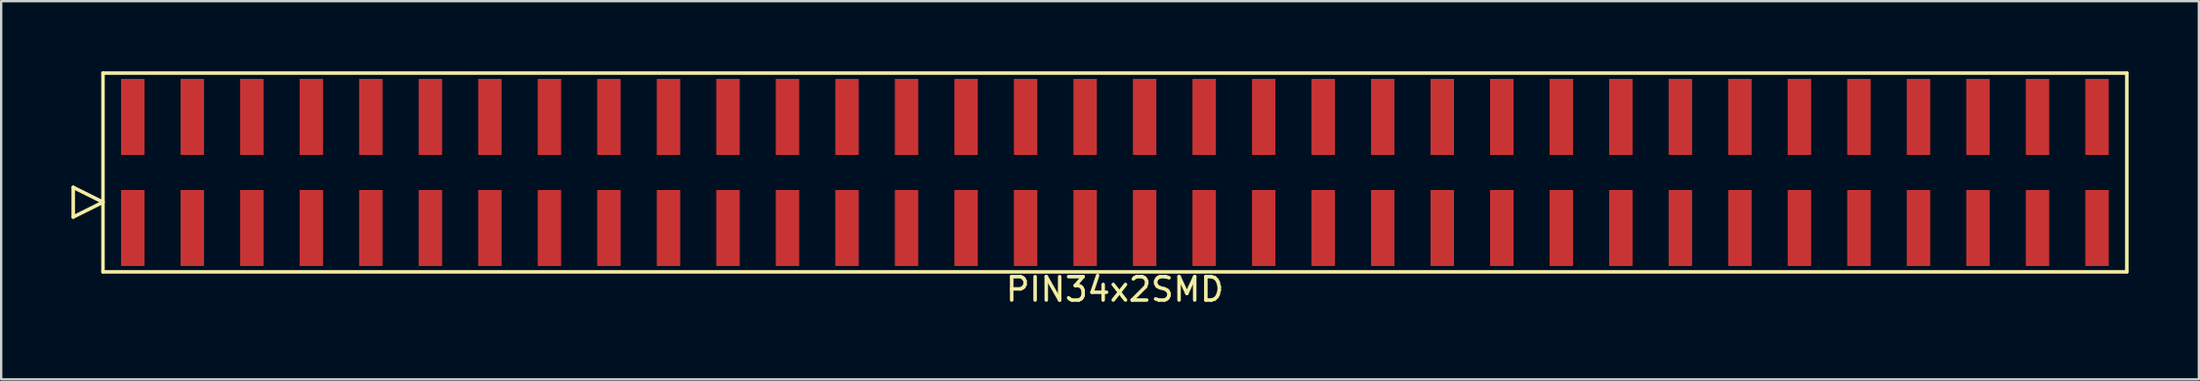
<source format=kicad_pcb>
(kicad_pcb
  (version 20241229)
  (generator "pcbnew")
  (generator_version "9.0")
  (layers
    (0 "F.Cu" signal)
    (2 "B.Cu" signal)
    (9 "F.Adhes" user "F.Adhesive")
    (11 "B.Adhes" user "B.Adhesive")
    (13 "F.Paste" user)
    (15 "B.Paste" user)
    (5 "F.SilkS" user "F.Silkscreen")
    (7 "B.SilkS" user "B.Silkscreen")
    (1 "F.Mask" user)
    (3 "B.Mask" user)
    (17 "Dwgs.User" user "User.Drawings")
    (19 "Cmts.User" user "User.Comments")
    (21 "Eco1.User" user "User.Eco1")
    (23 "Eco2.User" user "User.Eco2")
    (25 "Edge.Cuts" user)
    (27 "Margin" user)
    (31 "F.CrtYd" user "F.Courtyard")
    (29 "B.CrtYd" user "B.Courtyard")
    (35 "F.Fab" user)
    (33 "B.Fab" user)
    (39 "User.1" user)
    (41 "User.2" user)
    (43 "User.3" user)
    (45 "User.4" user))
  (footprint "PIN34x2SMD"
    (layer "F.Cu")
    (at 44.525 4.325)
    (property "Reference" "PIN34x2SMD" (at 0 5 0) (layer "F.SilkS") (effects (font (size 1 1) (thickness 0.15))))
    (attr through_hole)
    (fp_line (start -44.45 1.905) (end -44.45 0.635) (stroke (width 0.15) (type solid)) (layer "F.SilkS"))
    (fp_line (start -43.18 -4.25) (end -43.18 4.25) (stroke (width 0.15) (type solid)) (layer "F.SilkS"))
    (fp_line (start -43.18 1.27) (end -44.45 0.635) (stroke (width 0.15) (type solid)) (layer "F.SilkS"))
    (fp_line (start -43.18 1.27) (end -44.45 1.905) (stroke (width 0.15) (type solid)) (layer "F.SilkS"))
    (fp_line (start -43.18 4.25) (end 43.18 4.25) (stroke (width 0.15) (type solid)) (layer "F.SilkS"))
    (fp_line (start 43.18 -4.25) (end -43.18 -4.25) (stroke (width 0.15) (type solid)) (layer "F.SilkS"))
    (fp_line (start 43.18 4.25) (end 43.18 -4.25) (stroke (width 0.15) (type solid)) (layer "F.SilkS"))
    (pad "1" smd rect (at -41.91 2.375) (size 1 3.25) (layers "F.Cu" "F.Mask" "F.Paste"))
    (pad "2" smd rect (at -41.91 -2.375) (size 1 3.25) (layers "F.Cu" "F.Mask" "F.Paste"))
    (pad "3" smd rect (at -39.37 2.375) (size 1 3.25) (layers "F.Cu" "F.Mask" "F.Paste"))
    (pad "4" smd rect (at -39.37 -2.375) (size 1 3.25) (layers "F.Cu" "F.Mask" "F.Paste"))
    (pad "5" smd rect (at -36.83 2.375) (size 1 3.25) (layers "F.Cu" "F.Mask" "F.Paste"))
    (pad "6" smd rect (at -36.83 -2.375) (size 1 3.25) (layers "F.Cu" "F.Mask" "F.Paste"))
    (pad "7" smd rect (at -34.29 2.375) (size 1 3.25) (layers "F.Cu" "F.Mask" "F.Paste"))
    (pad "8" smd rect (at -34.29 -2.375) (size 1 3.25) (layers "F.Cu" "F.Mask" "F.Paste"))
    (pad "9" smd rect (at -31.75 2.375) (size 1 3.25) (layers "F.Cu" "F.Mask" "F.Paste"))
    (pad "10" smd rect (at -31.75 -2.375) (size 1 3.25) (layers "F.Cu" "F.Mask" "F.Paste"))
    (pad "11" smd rect (at -29.21 2.375) (size 1 3.25) (layers "F.Cu" "F.Mask" "F.Paste"))
    (pad "12" smd rect (at -29.21 -2.375) (size 1 3.25) (layers "F.Cu" "F.Mask" "F.Paste"))
    (pad "13" smd rect (at -26.67 2.375) (size 1 3.25) (layers "F.Cu" "F.Mask" "F.Paste"))
    (pad "14" smd rect (at -26.67 -2.375) (size 1 3.25) (layers "F.Cu" "F.Mask" "F.Paste"))
    (pad "15" smd rect (at -24.13 2.375) (size 1 3.25) (layers "F.Cu" "F.Mask" "F.Paste"))
    (pad "16" smd rect (at -24.13 -2.375) (size 1 3.25) (layers "F.Cu" "F.Mask" "F.Paste"))
    (pad "17" smd rect (at -21.59 2.375) (size 1 3.25) (layers "F.Cu" "F.Mask" "F.Paste"))
    (pad "18" smd rect (at -21.59 -2.375) (size 1 3.25) (layers "F.Cu" "F.Mask" "F.Paste"))
    (pad "19" smd rect (at -19.05 2.375) (size 1 3.25) (layers "F.Cu" "F.Mask" "F.Paste"))
    (pad "20" smd rect (at -19.05 -2.375) (size 1 3.25) (layers "F.Cu" "F.Mask" "F.Paste"))
    (pad "21" smd rect (at -16.51 2.375) (size 1 3.25) (layers "F.Cu" "F.Mask" "F.Paste"))
    (pad "22" smd rect (at -16.51 -2.375) (size 1 3.25) (layers "F.Cu" "F.Mask" "F.Paste"))
    (pad "23" smd rect (at -13.97 2.375) (size 1 3.25) (layers "F.Cu" "F.Mask" "F.Paste"))
    (pad "24" smd rect (at -13.97 -2.375) (size 1 3.25) (layers "F.Cu" "F.Mask" "F.Paste"))
    (pad "25" smd rect (at -11.43 2.375) (size 1 3.25) (layers "F.Cu" "F.Mask" "F.Paste"))
    (pad "26" smd rect (at -11.43 -2.375) (size 1 3.25) (layers "F.Cu" "F.Mask" "F.Paste"))
    (pad "27" smd rect (at -8.89 2.375) (size 1 3.25) (layers "F.Cu" "F.Mask" "F.Paste"))
    (pad "28" smd rect (at -8.89 -2.375) (size 1 3.25) (layers "F.Cu" "F.Mask" "F.Paste"))
    (pad "29" smd rect (at -6.35 2.375) (size 1 3.25) (layers "F.Cu" "F.Mask" "F.Paste"))
    (pad "30" smd rect (at -6.35 -2.375) (size 1 3.25) (layers "F.Cu" "F.Mask" "F.Paste"))
    (pad "31" smd rect (at -3.81 2.375) (size 1 3.25) (layers "F.Cu" "F.Mask" "F.Paste"))
    (pad "32" smd rect (at -3.81 -2.375) (size 1 3.25) (layers "F.Cu" "F.Mask" "F.Paste"))
    (pad "33" smd rect (at -1.27 2.375) (size 1 3.25) (layers "F.Cu" "F.Mask" "F.Paste"))
    (pad "34" smd rect (at -1.27 -2.375) (size 1 3.25) (layers "F.Cu" "F.Mask" "F.Paste"))
    (pad "35" smd rect (at 1.27 2.375) (size 1 3.25) (layers "F.Cu" "F.Mask" "F.Paste"))
    (pad "36" smd rect (at 1.27 -2.375) (size 1 3.25) (layers "F.Cu" "F.Mask" "F.Paste"))
    (pad "37" smd rect (at 3.81 2.375) (size 1 3.25) (layers "F.Cu" "F.Mask" "F.Paste"))
    (pad "38" smd rect (at 3.81 -2.375) (size 1 3.25) (layers "F.Cu" "F.Mask" "F.Paste"))
    (pad "39" smd rect (at 6.35 2.375) (size 1 3.25) (layers "F.Cu" "F.Mask" "F.Paste"))
    (pad "40" smd rect (at 6.35 -2.375) (size 1 3.25) (layers "F.Cu" "F.Mask" "F.Paste"))
    (pad "41" smd rect (at 8.89 2.375) (size 1 3.25) (layers "F.Cu" "F.Mask" "F.Paste"))
    (pad "42" smd rect (at 8.89 -2.375) (size 1 3.25) (layers "F.Cu" "F.Mask" "F.Paste"))
    (pad "43" smd rect (at 11.43 2.375) (size 1 3.25) (layers "F.Cu" "F.Mask" "F.Paste"))
    (pad "44" smd rect (at 11.43 -2.375) (size 1 3.25) (layers "F.Cu" "F.Mask" "F.Paste"))
    (pad "45" smd rect (at 13.97 2.375) (size 1 3.25) (layers "F.Cu" "F.Mask" "F.Paste"))
    (pad "46" smd rect (at 13.97 -2.375) (size 1 3.25) (layers "F.Cu" "F.Mask" "F.Paste"))
    (pad "47" smd rect (at 16.51 2.375) (size 1 3.25) (layers "F.Cu" "F.Mask" "F.Paste"))
    (pad "48" smd rect (at 16.51 -2.375) (size 1 3.25) (layers "F.Cu" "F.Mask" "F.Paste"))
    (pad "49" smd rect (at 19.05 2.375) (size 1 3.25) (layers "F.Cu" "F.Mask" "F.Paste"))
    (pad "50" smd rect (at 19.05 -2.375) (size 1 3.25) (layers "F.Cu" "F.Mask" "F.Paste"))
    (pad "51" smd rect (at 21.59 2.375) (size 1 3.25) (layers "F.Cu" "F.Mask" "F.Paste"))
    (pad "52" smd rect (at 21.59 -2.375) (size 1 3.25) (layers "F.Cu" "F.Mask" "F.Paste"))
    (pad "53" smd rect (at 24.13 2.375) (size 1 3.25) (layers "F.Cu" "F.Mask" "F.Paste"))
    (pad "54" smd rect (at 24.13 -2.375) (size 1 3.25) (layers "F.Cu" "F.Mask" "F.Paste"))
    (pad "55" smd rect (at 26.67 2.375) (size 1 3.25) (layers "F.Cu" "F.Mask" "F.Paste"))
    (pad "56" smd rect (at 26.67 -2.375) (size 1 3.25) (layers "F.Cu" "F.Mask" "F.Paste"))
    (pad "57" smd rect (at 29.21 2.375) (size 1 3.25) (layers "F.Cu" "F.Mask" "F.Paste"))
    (pad "58" smd rect (at 29.21 -2.375) (size 1 3.25) (layers "F.Cu" "F.Mask" "F.Paste"))
    (pad "59" smd rect (at 31.75 2.375) (size 1 3.25) (layers "F.Cu" "F.Mask" "F.Paste"))
    (pad "60" smd rect (at 31.75 -2.375) (size 1 3.25) (layers "F.Cu" "F.Mask" "F.Paste"))
    (pad "61" smd rect (at 34.29 2.375) (size 1 3.25) (layers "F.Cu" "F.Mask" "F.Paste"))
    (pad "62" smd rect (at 34.29 -2.375) (size 1 3.25) (layers "F.Cu" "F.Mask" "F.Paste"))
    (pad "63" smd rect (at 36.83 2.375) (size 1 3.25) (layers "F.Cu" "F.Mask" "F.Paste"))
    (pad "64" smd rect (at 36.83 -2.375) (size 1 3.25) (layers "F.Cu" "F.Mask" "F.Paste"))
    (pad "65" smd rect (at 39.37 2.375) (size 1 3.25) (layers "F.Cu" "F.Mask" "F.Paste"))
    (pad "66" smd rect (at 39.37 -2.375) (size 1 3.25) (layers "F.Cu" "F.Mask" "F.Paste"))
    (pad "67" smd rect (at 41.91 2.375) (size 1 3.25) (layers "F.Cu" "F.Mask" "F.Paste"))
    (pad "68" smd rect (at 41.91 -2.375) (size 1 3.25) (layers "F.Cu" "F.Mask" "F.Paste")))
  (gr_rect
    (start -3 -3)
    (end 90.78 13.173)
    (stroke (width 0.1) (type default))
    (fill no)
    (layer "Edge.Cuts")))
</source>
